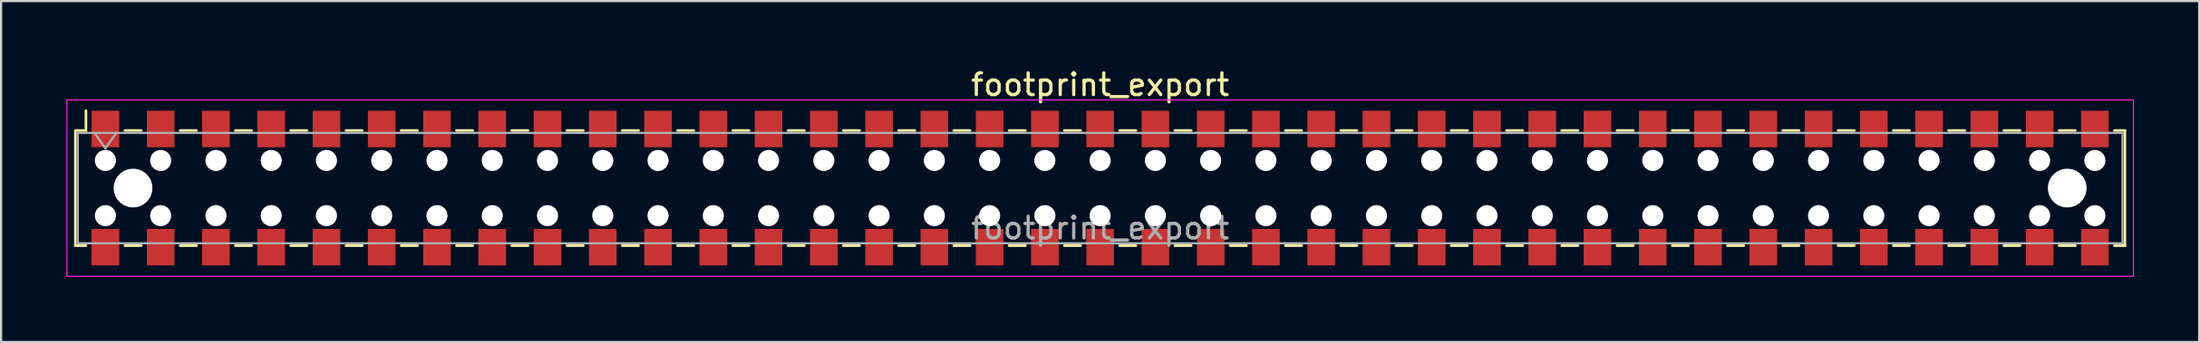
<source format=kicad_pcb>
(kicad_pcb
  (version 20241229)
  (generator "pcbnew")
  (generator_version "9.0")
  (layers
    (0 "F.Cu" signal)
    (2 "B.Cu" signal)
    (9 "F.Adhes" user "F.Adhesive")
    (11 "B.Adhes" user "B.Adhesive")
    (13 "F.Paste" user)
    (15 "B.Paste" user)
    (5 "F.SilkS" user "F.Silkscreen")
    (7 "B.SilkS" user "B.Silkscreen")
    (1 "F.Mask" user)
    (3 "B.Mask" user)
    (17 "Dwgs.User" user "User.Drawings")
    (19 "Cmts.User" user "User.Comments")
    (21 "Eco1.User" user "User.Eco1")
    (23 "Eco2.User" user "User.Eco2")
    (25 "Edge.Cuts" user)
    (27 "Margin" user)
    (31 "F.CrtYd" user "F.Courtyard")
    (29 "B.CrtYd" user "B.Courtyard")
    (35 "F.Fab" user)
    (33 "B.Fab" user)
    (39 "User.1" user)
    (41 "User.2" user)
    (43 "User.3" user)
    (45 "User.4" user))
  (footprint "footprint_export"
    (layer "F.Cu")
    (at 47.515 5.608)
    (property "Reference" "footprint_export" (at 0 -4.76 0) (layer "F.SilkS") (effects (font (size 1 1) (thickness 0.15))))
    (attr smd)
    (fp_line (start -47.1 -2.65) (end -47.1 2.65) (stroke (width 0.12) (type solid)) (layer "F.SilkS"))
    (fp_line (start -47.1 2.65) (end -46.615 2.65) (stroke (width 0.12) (type solid)) (layer "F.SilkS"))
    (fp_line (start -46.615 -3.56) (end -46.615 -2.65) (stroke (width 0.12) (type solid)) (layer "F.SilkS"))
    (fp_line (start -46.615 -2.65) (end -47.1 -2.65) (stroke (width 0.12) (type solid)) (layer "F.SilkS"))
    (fp_line (start -44.825 -2.65) (end -44.075 -2.65) (stroke (width 0.12) (type solid)) (layer "F.SilkS"))
    (fp_line (start -44.825 2.65) (end -44.075 2.65) (stroke (width 0.12) (type solid)) (layer "F.SilkS"))
    (fp_line (start -42.285 -2.65) (end -41.535 -2.65) (stroke (width 0.12) (type solid)) (layer "F.SilkS"))
    (fp_line (start -42.285 2.65) (end -41.535 2.65) (stroke (width 0.12) (type solid)) (layer "F.SilkS"))
    (fp_line (start -39.745 -2.65) (end -38.995 -2.65) (stroke (width 0.12) (type solid)) (layer "F.SilkS"))
    (fp_line (start -39.745 2.65) (end -38.995 2.65) (stroke (width 0.12) (type solid)) (layer "F.SilkS"))
    (fp_line (start -37.205 -2.65) (end -36.455 -2.65) (stroke (width 0.12) (type solid)) (layer "F.SilkS"))
    (fp_line (start -37.205 2.65) (end -36.455 2.65) (stroke (width 0.12) (type solid)) (layer "F.SilkS"))
    (fp_line (start -34.665 -2.65) (end -33.915 -2.65) (stroke (width 0.12) (type solid)) (layer "F.SilkS"))
    (fp_line (start -34.665 2.65) (end -33.915 2.65) (stroke (width 0.12) (type solid)) (layer "F.SilkS"))
    (fp_line (start -32.125 -2.65) (end -31.375 -2.65) (stroke (width 0.12) (type solid)) (layer "F.SilkS"))
    (fp_line (start -32.125 2.65) (end -31.375 2.65) (stroke (width 0.12) (type solid)) (layer "F.SilkS"))
    (fp_line (start -29.585 -2.65) (end -28.835 -2.65) (stroke (width 0.12) (type solid)) (layer "F.SilkS"))
    (fp_line (start -29.585 2.65) (end -28.835 2.65) (stroke (width 0.12) (type solid)) (layer "F.SilkS"))
    (fp_line (start -27.045 -2.65) (end -26.295 -2.65) (stroke (width 0.12) (type solid)) (layer "F.SilkS"))
    (fp_line (start -27.045 2.65) (end -26.295 2.65) (stroke (width 0.12) (type solid)) (layer "F.SilkS"))
    (fp_line (start -24.505 -2.65) (end -23.755 -2.65) (stroke (width 0.12) (type solid)) (layer "F.SilkS"))
    (fp_line (start -24.505 2.65) (end -23.755 2.65) (stroke (width 0.12) (type solid)) (layer "F.SilkS"))
    (fp_line (start -21.965 -2.65) (end -21.215 -2.65) (stroke (width 0.12) (type solid)) (layer "F.SilkS"))
    (fp_line (start -21.965 2.65) (end -21.215 2.65) (stroke (width 0.12) (type solid)) (layer "F.SilkS"))
    (fp_line (start -19.425 -2.65) (end -18.675 -2.65) (stroke (width 0.12) (type solid)) (layer "F.SilkS"))
    (fp_line (start -19.425 2.65) (end -18.675 2.65) (stroke (width 0.12) (type solid)) (layer "F.SilkS"))
    (fp_line (start -16.885 -2.65) (end -16.135 -2.65) (stroke (width 0.12) (type solid)) (layer "F.SilkS"))
    (fp_line (start -16.885 2.65) (end -16.135 2.65) (stroke (width 0.12) (type solid)) (layer "F.SilkS"))
    (fp_line (start -14.345 -2.65) (end -13.595 -2.65) (stroke (width 0.12) (type solid)) (layer "F.SilkS"))
    (fp_line (start -14.345 2.65) (end -13.595 2.65) (stroke (width 0.12) (type solid)) (layer "F.SilkS"))
    (fp_line (start -11.805 -2.65) (end -11.055 -2.65) (stroke (width 0.12) (type solid)) (layer "F.SilkS"))
    (fp_line (start -11.805 2.65) (end -11.055 2.65) (stroke (width 0.12) (type solid)) (layer "F.SilkS"))
    (fp_line (start -9.265 -2.65) (end -8.515 -2.65) (stroke (width 0.12) (type solid)) (layer "F.SilkS"))
    (fp_line (start -9.265 2.65) (end -8.515 2.65) (stroke (width 0.12) (type solid)) (layer "F.SilkS"))
    (fp_line (start -6.725 -2.65) (end -5.975 -2.65) (stroke (width 0.12) (type solid)) (layer "F.SilkS"))
    (fp_line (start -6.725 2.65) (end -5.975 2.65) (stroke (width 0.12) (type solid)) (layer "F.SilkS"))
    (fp_line (start -4.185 -2.65) (end -3.435 -2.65) (stroke (width 0.12) (type solid)) (layer "F.SilkS"))
    (fp_line (start -4.185 2.65) (end -3.435 2.65) (stroke (width 0.12) (type solid)) (layer "F.SilkS"))
    (fp_line (start -1.645 -2.65) (end -0.895 -2.65) (stroke (width 0.12) (type solid)) (layer "F.SilkS"))
    (fp_line (start -1.645 2.65) (end -0.895 2.65) (stroke (width 0.12) (type solid)) (layer "F.SilkS"))
    (fp_line (start 0.895 -2.65) (end 1.645 -2.65) (stroke (width 0.12) (type solid)) (layer "F.SilkS"))
    (fp_line (start 0.895 2.65) (end 1.645 2.65) (stroke (width 0.12) (type solid)) (layer "F.SilkS"))
    (fp_line (start 3.435 -2.65) (end 4.185 -2.65) (stroke (width 0.12) (type solid)) (layer "F.SilkS"))
    (fp_line (start 3.435 2.65) (end 4.185 2.65) (stroke (width 0.12) (type solid)) (layer "F.SilkS"))
    (fp_line (start 5.975 -2.65) (end 6.725 -2.65) (stroke (width 0.12) (type solid)) (layer "F.SilkS"))
    (fp_line (start 5.975 2.65) (end 6.725 2.65) (stroke (width 0.12) (type solid)) (layer "F.SilkS"))
    (fp_line (start 8.515 -2.65) (end 9.265 -2.65) (stroke (width 0.12) (type solid)) (layer "F.SilkS"))
    (fp_line (start 8.515 2.65) (end 9.265 2.65) (stroke (width 0.12) (type solid)) (layer "F.SilkS"))
    (fp_line (start 11.055 -2.65) (end 11.805 -2.65) (stroke (width 0.12) (type solid)) (layer "F.SilkS"))
    (fp_line (start 11.055 2.65) (end 11.805 2.65) (stroke (width 0.12) (type solid)) (layer "F.SilkS"))
    (fp_line (start 13.595 -2.65) (end 14.345 -2.65) (stroke (width 0.12) (type solid)) (layer "F.SilkS"))
    (fp_line (start 13.595 2.65) (end 14.345 2.65) (stroke (width 0.12) (type solid)) (layer "F.SilkS"))
    (fp_line (start 16.135 -2.65) (end 16.885 -2.65) (stroke (width 0.12) (type solid)) (layer "F.SilkS"))
    (fp_line (start 16.135 2.65) (end 16.885 2.65) (stroke (width 0.12) (type solid)) (layer "F.SilkS"))
    (fp_line (start 18.675 -2.65) (end 19.425 -2.65) (stroke (width 0.12) (type solid)) (layer "F.SilkS"))
    (fp_line (start 18.675 2.65) (end 19.425 2.65) (stroke (width 0.12) (type solid)) (layer "F.SilkS"))
    (fp_line (start 21.215 -2.65) (end 21.965 -2.65) (stroke (width 0.12) (type solid)) (layer "F.SilkS"))
    (fp_line (start 21.215 2.65) (end 21.965 2.65) (stroke (width 0.12) (type solid)) (layer "F.SilkS"))
    (fp_line (start 23.755 -2.65) (end 24.505 -2.65) (stroke (width 0.12) (type solid)) (layer "F.SilkS"))
    (fp_line (start 23.755 2.65) (end 24.505 2.65) (stroke (width 0.12) (type solid)) (layer "F.SilkS"))
    (fp_line (start 26.295 -2.65) (end 27.045 -2.65) (stroke (width 0.12) (type solid)) (layer "F.SilkS"))
    (fp_line (start 26.295 2.65) (end 27.045 2.65) (stroke (width 0.12) (type solid)) (layer "F.SilkS"))
    (fp_line (start 28.835 -2.65) (end 29.585 -2.65) (stroke (width 0.12) (type solid)) (layer "F.SilkS"))
    (fp_line (start 28.835 2.65) (end 29.585 2.65) (stroke (width 0.12) (type solid)) (layer "F.SilkS"))
    (fp_line (start 31.375 -2.65) (end 32.125 -2.65) (stroke (width 0.12) (type solid)) (layer "F.SilkS"))
    (fp_line (start 31.375 2.65) (end 32.125 2.65) (stroke (width 0.12) (type solid)) (layer "F.SilkS"))
    (fp_line (start 33.915 -2.65) (end 34.665 -2.65) (stroke (width 0.12) (type solid)) (layer "F.SilkS"))
    (fp_line (start 33.915 2.65) (end 34.665 2.65) (stroke (width 0.12) (type solid)) (layer "F.SilkS"))
    (fp_line (start 36.455 -2.65) (end 37.205 -2.65) (stroke (width 0.12) (type solid)) (layer "F.SilkS"))
    (fp_line (start 36.455 2.65) (end 37.205 2.65) (stroke (width 0.12) (type solid)) (layer "F.SilkS"))
    (fp_line (start 38.995 -2.65) (end 39.745 -2.65) (stroke (width 0.12) (type solid)) (layer "F.SilkS"))
    (fp_line (start 38.995 2.65) (end 39.745 2.65) (stroke (width 0.12) (type solid)) (layer "F.SilkS"))
    (fp_line (start 41.535 -2.65) (end 42.285 -2.65) (stroke (width 0.12) (type solid)) (layer "F.SilkS"))
    (fp_line (start 41.535 2.65) (end 42.285 2.65) (stroke (width 0.12) (type solid)) (layer "F.SilkS"))
    (fp_line (start 44.075 -2.65) (end 44.825 -2.65) (stroke (width 0.12) (type solid)) (layer "F.SilkS"))
    (fp_line (start 44.075 2.65) (end 44.825 2.65) (stroke (width 0.12) (type solid)) (layer "F.SilkS"))
    (fp_line (start 46.615 -2.65) (end 47.1 -2.65) (stroke (width 0.12) (type solid)) (layer "F.SilkS"))
    (fp_line (start 47.1 -2.65) (end 47.1 2.65) (stroke (width 0.12) (type solid)) (layer "F.SilkS"))
    (fp_line (start 47.1 2.65) (end 46.615 2.65) (stroke (width 0.12) (type solid)) (layer "F.SilkS"))
    (fp_line (start -47.49 -4.06) (end 47.49 -4.06) (stroke (width 0.05) (type solid)) (layer "F.CrtYd"))
    (fp_line (start -47.49 4.06) (end -47.49 -4.06) (stroke (width 0.05) (type solid)) (layer "F.CrtYd"))
    (fp_line (start 47.49 -4.06) (end 47.49 4.06) (stroke (width 0.05) (type solid)) (layer "F.CrtYd"))
    (fp_line (start 47.49 4.06) (end -47.49 4.06) (stroke (width 0.05) (type solid)) (layer "F.CrtYd"))
    (fp_line (start -46.99 -2.54) (end 46.99 -2.54) (stroke (width 0.1) (type solid)) (layer "F.Fab"))
    (fp_line (start -46.99 2.54) (end -46.99 -2.54) (stroke (width 0.1) (type solid)) (layer "F.Fab"))
    (fp_line (start -46.22 -2.54) (end -45.72 -1.833) (stroke (width 0.1) (type solid)) (layer "F.Fab"))
    (fp_line (start -45.72 -1.833) (end -45.22 -2.54) (stroke (width 0.1) (type solid)) (layer "F.Fab"))
    (fp_line (start 46.99 -2.54) (end 46.99 2.54) (stroke (width 0.1) (type solid)) (layer "F.Fab"))
    (fp_line (start 46.99 2.54) (end -46.99 2.54) (stroke (width 0.1) (type solid)) (layer "F.Fab"))
    (fp_text user "${REFERENCE}" (at 0 1.84 0) (layer "F.Fab") (effects (font (size 1 1) (thickness 0.15))))
    (pad "" np_thru_hole circle (at -45.72 -1.27) (size 0.97 0.97) (drill 0.97) (layers "*.Cu" "*.Mask"))
    (pad "" np_thru_hole circle (at -45.72 1.27) (size 0.97 0.97) (drill 0.97) (layers "*.Cu" "*.Mask"))
    (pad "" np_thru_hole circle (at -44.45 0) (size 1.78 1.78) (drill 1.78) (layers "*.Cu" "*.Mask"))
    (pad "" np_thru_hole circle (at -43.18 -1.27) (size 0.97 0.97) (drill 0.97) (layers "*.Cu" "*.Mask"))
    (pad "" np_thru_hole circle (at -43.18 1.27) (size 0.97 0.97) (drill 0.97) (layers "*.Cu" "*.Mask"))
    (pad "" np_thru_hole circle (at -40.64 -1.27) (size 0.97 0.97) (drill 0.97) (layers "*.Cu" "*.Mask"))
    (pad "" np_thru_hole circle (at -40.64 1.27) (size 0.97 0.97) (drill 0.97) (layers "*.Cu" "*.Mask"))
    (pad "" np_thru_hole circle (at -38.1 -1.27) (size 0.97 0.97) (drill 0.97) (layers "*.Cu" "*.Mask"))
    (pad "" np_thru_hole circle (at -38.1 1.27) (size 0.97 0.97) (drill 0.97) (layers "*.Cu" "*.Mask"))
    (pad "" np_thru_hole circle (at -35.56 -1.27) (size 0.97 0.97) (drill 0.97) (layers "*.Cu" "*.Mask"))
    (pad "" np_thru_hole circle (at -35.56 1.27) (size 0.97 0.97) (drill 0.97) (layers "*.Cu" "*.Mask"))
    (pad "" np_thru_hole circle (at -33.02 -1.27) (size 0.97 0.97) (drill 0.97) (layers "*.Cu" "*.Mask"))
    (pad "" np_thru_hole circle (at -33.02 1.27) (size 0.97 0.97) (drill 0.97) (layers "*.Cu" "*.Mask"))
    (pad "" np_thru_hole circle (at -30.48 -1.27) (size 0.97 0.97) (drill 0.97) (layers "*.Cu" "*.Mask"))
    (pad "" np_thru_hole circle (at -30.48 1.27) (size 0.97 0.97) (drill 0.97) (layers "*.Cu" "*.Mask"))
    (pad "" np_thru_hole circle (at -27.94 -1.27) (size 0.97 0.97) (drill 0.97) (layers "*.Cu" "*.Mask"))
    (pad "" np_thru_hole circle (at -27.94 1.27) (size 0.97 0.97) (drill 0.97) (layers "*.Cu" "*.Mask"))
    (pad "" np_thru_hole circle (at -25.4 -1.27) (size 0.97 0.97) (drill 0.97) (layers "*.Cu" "*.Mask"))
    (pad "" np_thru_hole circle (at -25.4 1.27) (size 0.97 0.97) (drill 0.97) (layers "*.Cu" "*.Mask"))
    (pad "" np_thru_hole circle (at -22.86 -1.27) (size 0.97 0.97) (drill 0.97) (layers "*.Cu" "*.Mask"))
    (pad "" np_thru_hole circle (at -22.86 1.27) (size 0.97 0.97) (drill 0.97) (layers "*.Cu" "*.Mask"))
    (pad "" np_thru_hole circle (at -20.32 -1.27) (size 0.97 0.97) (drill 0.97) (layers "*.Cu" "*.Mask"))
    (pad "" np_thru_hole circle (at -20.32 1.27) (size 0.97 0.97) (drill 0.97) (layers "*.Cu" "*.Mask"))
    (pad "" np_thru_hole circle (at -17.78 -1.27) (size 0.97 0.97) (drill 0.97) (layers "*.Cu" "*.Mask"))
    (pad "" np_thru_hole circle (at -17.78 1.27) (size 0.97 0.97) (drill 0.97) (layers "*.Cu" "*.Mask"))
    (pad "" np_thru_hole circle (at -15.24 -1.27) (size 0.97 0.97) (drill 0.97) (layers "*.Cu" "*.Mask"))
    (pad "" np_thru_hole circle (at -15.24 1.27) (size 0.97 0.97) (drill 0.97) (layers "*.Cu" "*.Mask"))
    (pad "" np_thru_hole circle (at -12.7 -1.27) (size 0.97 0.97) (drill 0.97) (layers "*.Cu" "*.Mask"))
    (pad "" np_thru_hole circle (at -12.7 1.27) (size 0.97 0.97) (drill 0.97) (layers "*.Cu" "*.Mask"))
    (pad "" np_thru_hole circle (at -10.16 -1.27) (size 0.97 0.97) (drill 0.97) (layers "*.Cu" "*.Mask"))
    (pad "" np_thru_hole circle (at -10.16 1.27) (size 0.97 0.97) (drill 0.97) (layers "*.Cu" "*.Mask"))
    (pad "" np_thru_hole circle (at -7.62 -1.27) (size 0.97 0.97) (drill 0.97) (layers "*.Cu" "*.Mask"))
    (pad "" np_thru_hole circle (at -7.62 1.27) (size 0.97 0.97) (drill 0.97) (layers "*.Cu" "*.Mask"))
    (pad "" np_thru_hole circle (at -5.08 -1.27) (size 0.97 0.97) (drill 0.97) (layers "*.Cu" "*.Mask"))
    (pad "" np_thru_hole circle (at -5.08 1.27) (size 0.97 0.97) (drill 0.97) (layers "*.Cu" "*.Mask"))
    (pad "" np_thru_hole circle (at -2.54 -1.27) (size 0.97 0.97) (drill 0.97) (layers "*.Cu" "*.Mask"))
    (pad "" np_thru_hole circle (at -2.54 1.27) (size 0.97 0.97) (drill 0.97) (layers "*.Cu" "*.Mask"))
    (pad "" np_thru_hole circle (at 0 -1.27) (size 0.97 0.97) (drill 0.97) (layers "*.Cu" "*.Mask"))
    (pad "" np_thru_hole circle (at 0 1.27) (size 0.97 0.97) (drill 0.97) (layers "*.Cu" "*.Mask"))
    (pad "" np_thru_hole circle (at 2.54 -1.27) (size 0.97 0.97) (drill 0.97) (layers "*.Cu" "*.Mask"))
    (pad "" np_thru_hole circle (at 2.54 1.27) (size 0.97 0.97) (drill 0.97) (layers "*.Cu" "*.Mask"))
    (pad "" np_thru_hole circle (at 5.08 -1.27) (size 0.97 0.97) (drill 0.97) (layers "*.Cu" "*.Mask"))
    (pad "" np_thru_hole circle (at 5.08 1.27) (size 0.97 0.97) (drill 0.97) (layers "*.Cu" "*.Mask"))
    (pad "" np_thru_hole circle (at 7.62 -1.27) (size 0.97 0.97) (drill 0.97) (layers "*.Cu" "*.Mask"))
    (pad "" np_thru_hole circle (at 7.62 1.27) (size 0.97 0.97) (drill 0.97) (layers "*.Cu" "*.Mask"))
    (pad "" np_thru_hole circle (at 10.16 -1.27) (size 0.97 0.97) (drill 0.97) (layers "*.Cu" "*.Mask"))
    (pad "" np_thru_hole circle (at 10.16 1.27) (size 0.97 0.97) (drill 0.97) (layers "*.Cu" "*.Mask"))
    (pad "" np_thru_hole circle (at 12.7 -1.27) (size 0.97 0.97) (drill 0.97) (layers "*.Cu" "*.Mask"))
    (pad "" np_thru_hole circle (at 12.7 1.27) (size 0.97 0.97) (drill 0.97) (layers "*.Cu" "*.Mask"))
    (pad "" np_thru_hole circle (at 15.24 -1.27) (size 0.97 0.97) (drill 0.97) (layers "*.Cu" "*.Mask"))
    (pad "" np_thru_hole circle (at 15.24 1.27) (size 0.97 0.97) (drill 0.97) (layers "*.Cu" "*.Mask"))
    (pad "" np_thru_hole circle (at 17.78 -1.27) (size 0.97 0.97) (drill 0.97) (layers "*.Cu" "*.Mask"))
    (pad "" np_thru_hole circle (at 17.78 1.27) (size 0.97 0.97) (drill 0.97) (layers "*.Cu" "*.Mask"))
    (pad "" np_thru_hole circle (at 20.32 -1.27) (size 0.97 0.97) (drill 0.97) (layers "*.Cu" "*.Mask"))
    (pad "" np_thru_hole circle (at 20.32 1.27) (size 0.97 0.97) (drill 0.97) (layers "*.Cu" "*.Mask"))
    (pad "" np_thru_hole circle (at 22.86 -1.27) (size 0.97 0.97) (drill 0.97) (layers "*.Cu" "*.Mask"))
    (pad "" np_thru_hole circle (at 22.86 1.27) (size 0.97 0.97) (drill 0.97) (layers "*.Cu" "*.Mask"))
    (pad "" np_thru_hole circle (at 25.4 -1.27) (size 0.97 0.97) (drill 0.97) (layers "*.Cu" "*.Mask"))
    (pad "" np_thru_hole circle (at 25.4 1.27) (size 0.97 0.97) (drill 0.97) (layers "*.Cu" "*.Mask"))
    (pad "" np_thru_hole circle (at 27.94 -1.27) (size 0.97 0.97) (drill 0.97) (layers "*.Cu" "*.Mask"))
    (pad "" np_thru_hole circle (at 27.94 1.27) (size 0.97 0.97) (drill 0.97) (layers "*.Cu" "*.Mask"))
    (pad "" np_thru_hole circle (at 30.48 -1.27) (size 0.97 0.97) (drill 0.97) (layers "*.Cu" "*.Mask"))
    (pad "" np_thru_hole circle (at 30.48 1.27) (size 0.97 0.97) (drill 0.97) (layers "*.Cu" "*.Mask"))
    (pad "" np_thru_hole circle (at 33.02 -1.27) (size 0.97 0.97) (drill 0.97) (layers "*.Cu" "*.Mask"))
    (pad "" np_thru_hole circle (at 33.02 1.27) (size 0.97 0.97) (drill 0.97) (layers "*.Cu" "*.Mask"))
    (pad "" np_thru_hole circle (at 35.56 -1.27) (size 0.97 0.97) (drill 0.97) (layers "*.Cu" "*.Mask"))
    (pad "" np_thru_hole circle (at 35.56 1.27) (size 0.97 0.97) (drill 0.97) (layers "*.Cu" "*.Mask"))
    (pad "" np_thru_hole circle (at 38.1 -1.27) (size 0.97 0.97) (drill 0.97) (layers "*.Cu" "*.Mask"))
    (pad "" np_thru_hole circle (at 38.1 1.27) (size 0.97 0.97) (drill 0.97) (layers "*.Cu" "*.Mask"))
    (pad "" np_thru_hole circle (at 40.64 -1.27) (size 0.97 0.97) (drill 0.97) (layers "*.Cu" "*.Mask"))
    (pad "" np_thru_hole circle (at 40.64 1.27) (size 0.97 0.97) (drill 0.97) (layers "*.Cu" "*.Mask"))
    (pad "" np_thru_hole circle (at 43.18 -1.27) (size 0.97 0.97) (drill 0.97) (layers "*.Cu" "*.Mask"))
    (pad "" np_thru_hole circle (at 43.18 1.27) (size 0.97 0.97) (drill 0.97) (layers "*.Cu" "*.Mask"))
    (pad "" np_thru_hole circle (at 44.45 0) (size 1.78 1.78) (drill 1.78) (layers "*.Cu" "*.Mask"))
    (pad "" np_thru_hole circle (at 45.72 -1.27) (size 0.97 0.97) (drill 0.97) (layers "*.Cu" "*.Mask"))
    (pad "" np_thru_hole circle (at 45.72 1.27) (size 0.97 0.97) (drill 0.97) (layers "*.Cu" "*.Mask"))
    (pad "1" smd rect (at -45.72 -2.72) (size 1.27 1.68) (layers "F.Cu" "F.Mask" "F.Paste"))
    (pad "2" smd rect (at -45.72 2.72) (size 1.27 1.68) (layers "F.Cu" "F.Mask" "F.Paste"))
    (pad "3" smd rect (at -43.18 -2.72) (size 1.27 1.68) (layers "F.Cu" "F.Mask" "F.Paste"))
    (pad "4" smd rect (at -43.18 2.72) (size 1.27 1.68) (layers "F.Cu" "F.Mask" "F.Paste"))
    (pad "5" smd rect (at -40.64 -2.72) (size 1.27 1.68) (layers "F.Cu" "F.Mask" "F.Paste"))
    (pad "6" smd rect (at -40.64 2.72) (size 1.27 1.68) (layers "F.Cu" "F.Mask" "F.Paste"))
    (pad "7" smd rect (at -38.1 -2.72) (size 1.27 1.68) (layers "F.Cu" "F.Mask" "F.Paste"))
    (pad "8" smd rect (at -38.1 2.72) (size 1.27 1.68) (layers "F.Cu" "F.Mask" "F.Paste"))
    (pad "9" smd rect (at -35.56 -2.72) (size 1.27 1.68) (layers "F.Cu" "F.Mask" "F.Paste"))
    (pad "10" smd rect (at -35.56 2.72) (size 1.27 1.68) (layers "F.Cu" "F.Mask" "F.Paste"))
    (pad "11" smd rect (at -33.02 -2.72) (size 1.27 1.68) (layers "F.Cu" "F.Mask" "F.Paste"))
    (pad "12" smd rect (at -33.02 2.72) (size 1.27 1.68) (layers "F.Cu" "F.Mask" "F.Paste"))
    (pad "13" smd rect (at -30.48 -2.72) (size 1.27 1.68) (layers "F.Cu" "F.Mask" "F.Paste"))
    (pad "14" smd rect (at -30.48 2.72) (size 1.27 1.68) (layers "F.Cu" "F.Mask" "F.Paste"))
    (pad "15" smd rect (at -27.94 -2.72) (size 1.27 1.68) (layers "F.Cu" "F.Mask" "F.Paste"))
    (pad "16" smd rect (at -27.94 2.72) (size 1.27 1.68) (layers "F.Cu" "F.Mask" "F.Paste"))
    (pad "17" smd rect (at -25.4 -2.72) (size 1.27 1.68) (layers "F.Cu" "F.Mask" "F.Paste"))
    (pad "18" smd rect (at -25.4 2.72) (size 1.27 1.68) (layers "F.Cu" "F.Mask" "F.Paste"))
    (pad "19" smd rect (at -22.86 -2.72) (size 1.27 1.68) (layers "F.Cu" "F.Mask" "F.Paste"))
    (pad "20" smd rect (at -22.86 2.72) (size 1.27 1.68) (layers "F.Cu" "F.Mask" "F.Paste"))
    (pad "21" smd rect (at -20.32 -2.72) (size 1.27 1.68) (layers "F.Cu" "F.Mask" "F.Paste"))
    (pad "22" smd rect (at -20.32 2.72) (size 1.27 1.68) (layers "F.Cu" "F.Mask" "F.Paste"))
    (pad "23" smd rect (at -17.78 -2.72) (size 1.27 1.68) (layers "F.Cu" "F.Mask" "F.Paste"))
    (pad "24" smd rect (at -17.78 2.72) (size 1.27 1.68) (layers "F.Cu" "F.Mask" "F.Paste"))
    (pad "25" smd rect (at -15.24 -2.72) (size 1.27 1.68) (layers "F.Cu" "F.Mask" "F.Paste"))
    (pad "26" smd rect (at -15.24 2.72) (size 1.27 1.68) (layers "F.Cu" "F.Mask" "F.Paste"))
    (pad "27" smd rect (at -12.7 -2.72) (size 1.27 1.68) (layers "F.Cu" "F.Mask" "F.Paste"))
    (pad "28" smd rect (at -12.7 2.72) (size 1.27 1.68) (layers "F.Cu" "F.Mask" "F.Paste"))
    (pad "29" smd rect (at -10.16 -2.72) (size 1.27 1.68) (layers "F.Cu" "F.Mask" "F.Paste"))
    (pad "30" smd rect (at -10.16 2.72) (size 1.27 1.68) (layers "F.Cu" "F.Mask" "F.Paste"))
    (pad "31" smd rect (at -7.62 -2.72) (size 1.27 1.68) (layers "F.Cu" "F.Mask" "F.Paste"))
    (pad "32" smd rect (at -7.62 2.72) (size 1.27 1.68) (layers "F.Cu" "F.Mask" "F.Paste"))
    (pad "33" smd rect (at -5.08 -2.72) (size 1.27 1.68) (layers "F.Cu" "F.Mask" "F.Paste"))
    (pad "34" smd rect (at -5.08 2.72) (size 1.27 1.68) (layers "F.Cu" "F.Mask" "F.Paste"))
    (pad "35" smd rect (at -2.54 -2.72) (size 1.27 1.68) (layers "F.Cu" "F.Mask" "F.Paste"))
    (pad "36" smd rect (at -2.54 2.72) (size 1.27 1.68) (layers "F.Cu" "F.Mask" "F.Paste"))
    (pad "37" smd rect (at 0 -2.72) (size 1.27 1.68) (layers "F.Cu" "F.Mask" "F.Paste"))
    (pad "38" smd rect (at 0 2.72) (size 1.27 1.68) (layers "F.Cu" "F.Mask" "F.Paste"))
    (pad "39" smd rect (at 2.54 -2.72) (size 1.27 1.68) (layers "F.Cu" "F.Mask" "F.Paste"))
    (pad "40" smd rect (at 2.54 2.72) (size 1.27 1.68) (layers "F.Cu" "F.Mask" "F.Paste"))
    (pad "41" smd rect (at 5.08 -2.72) (size 1.27 1.68) (layers "F.Cu" "F.Mask" "F.Paste"))
    (pad "42" smd rect (at 5.08 2.72) (size 1.27 1.68) (layers "F.Cu" "F.Mask" "F.Paste"))
    (pad "43" smd rect (at 7.62 -2.72) (size 1.27 1.68) (layers "F.Cu" "F.Mask" "F.Paste"))
    (pad "44" smd rect (at 7.62 2.72) (size 1.27 1.68) (layers "F.Cu" "F.Mask" "F.Paste"))
    (pad "45" smd rect (at 10.16 -2.72) (size 1.27 1.68) (layers "F.Cu" "F.Mask" "F.Paste"))
    (pad "46" smd rect (at 10.16 2.72) (size 1.27 1.68) (layers "F.Cu" "F.Mask" "F.Paste"))
    (pad "47" smd rect (at 12.7 -2.72) (size 1.27 1.68) (layers "F.Cu" "F.Mask" "F.Paste"))
    (pad "48" smd rect (at 12.7 2.72) (size 1.27 1.68) (layers "F.Cu" "F.Mask" "F.Paste"))
    (pad "49" smd rect (at 15.24 -2.72) (size 1.27 1.68) (layers "F.Cu" "F.Mask" "F.Paste"))
    (pad "50" smd rect (at 15.24 2.72) (size 1.27 1.68) (layers "F.Cu" "F.Mask" "F.Paste"))
    (pad "51" smd rect (at 17.78 -2.72) (size 1.27 1.68) (layers "F.Cu" "F.Mask" "F.Paste"))
    (pad "52" smd rect (at 17.78 2.72) (size 1.27 1.68) (layers "F.Cu" "F.Mask" "F.Paste"))
    (pad "53" smd rect (at 20.32 -2.72) (size 1.27 1.68) (layers "F.Cu" "F.Mask" "F.Paste"))
    (pad "54" smd rect (at 20.32 2.72) (size 1.27 1.68) (layers "F.Cu" "F.Mask" "F.Paste"))
    (pad "55" smd rect (at 22.86 -2.72) (size 1.27 1.68) (layers "F.Cu" "F.Mask" "F.Paste"))
    (pad "56" smd rect (at 22.86 2.72) (size 1.27 1.68) (layers "F.Cu" "F.Mask" "F.Paste"))
    (pad "57" smd rect (at 25.4 -2.72) (size 1.27 1.68) (layers "F.Cu" "F.Mask" "F.Paste"))
    (pad "58" smd rect (at 25.4 2.72) (size 1.27 1.68) (layers "F.Cu" "F.Mask" "F.Paste"))
    (pad "59" smd rect (at 27.94 -2.72) (size 1.27 1.68) (layers "F.Cu" "F.Mask" "F.Paste"))
    (pad "60" smd rect (at 27.94 2.72) (size 1.27 1.68) (layers "F.Cu" "F.Mask" "F.Paste"))
    (pad "61" smd rect (at 30.48 -2.72) (size 1.27 1.68) (layers "F.Cu" "F.Mask" "F.Paste"))
    (pad "62" smd rect (at 30.48 2.72) (size 1.27 1.68) (layers "F.Cu" "F.Mask" "F.Paste"))
    (pad "63" smd rect (at 33.02 -2.72) (size 1.27 1.68) (layers "F.Cu" "F.Mask" "F.Paste"))
    (pad "64" smd rect (at 33.02 2.72) (size 1.27 1.68) (layers "F.Cu" "F.Mask" "F.Paste"))
    (pad "65" smd rect (at 35.56 -2.72) (size 1.27 1.68) (layers "F.Cu" "F.Mask" "F.Paste"))
    (pad "66" smd rect (at 35.56 2.72) (size 1.27 1.68) (layers "F.Cu" "F.Mask" "F.Paste"))
    (pad "67" smd rect (at 38.1 -2.72) (size 1.27 1.68) (layers "F.Cu" "F.Mask" "F.Paste"))
    (pad "68" smd rect (at 38.1 2.72) (size 1.27 1.68) (layers "F.Cu" "F.Mask" "F.Paste"))
    (pad "69" smd rect (at 40.64 -2.72) (size 1.27 1.68) (layers "F.Cu" "F.Mask" "F.Paste"))
    (pad "70" smd rect (at 40.64 2.72) (size 1.27 1.68) (layers "F.Cu" "F.Mask" "F.Paste"))
    (pad "71" smd rect (at 43.18 -2.72) (size 1.27 1.68) (layers "F.Cu" "F.Mask" "F.Paste"))
    (pad "72" smd rect (at 43.18 2.72) (size 1.27 1.68) (layers "F.Cu" "F.Mask" "F.Paste"))
    (pad "73" smd rect (at 45.72 -2.72) (size 1.27 1.68) (layers "F.Cu" "F.Mask" "F.Paste"))
    (pad "74" smd rect (at 45.72 2.72) (size 1.27 1.68) (layers "F.Cu" "F.Mask" "F.Paste")))
  (gr_rect
    (start -3 -3)
    (end 98.03 12.693)
    (stroke (width 0.1) (type default))
    (fill no)
    (layer "Edge.Cuts")))
</source>
